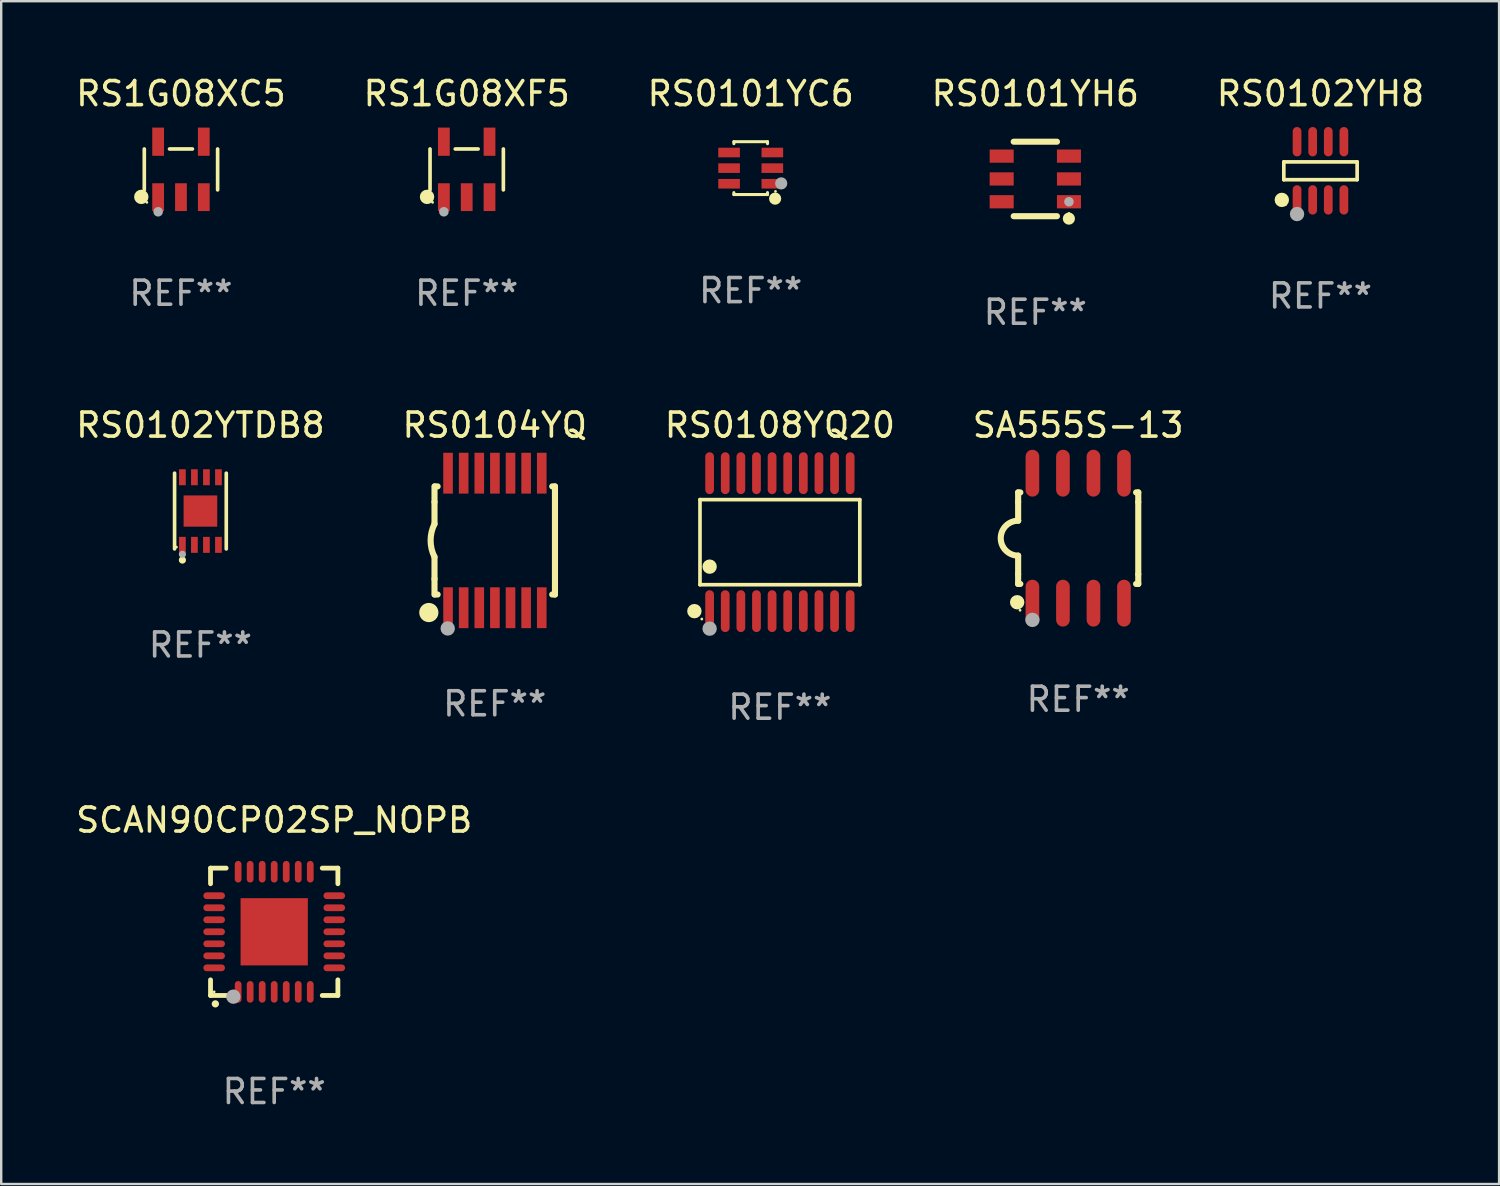
<source format=kicad_pcb>
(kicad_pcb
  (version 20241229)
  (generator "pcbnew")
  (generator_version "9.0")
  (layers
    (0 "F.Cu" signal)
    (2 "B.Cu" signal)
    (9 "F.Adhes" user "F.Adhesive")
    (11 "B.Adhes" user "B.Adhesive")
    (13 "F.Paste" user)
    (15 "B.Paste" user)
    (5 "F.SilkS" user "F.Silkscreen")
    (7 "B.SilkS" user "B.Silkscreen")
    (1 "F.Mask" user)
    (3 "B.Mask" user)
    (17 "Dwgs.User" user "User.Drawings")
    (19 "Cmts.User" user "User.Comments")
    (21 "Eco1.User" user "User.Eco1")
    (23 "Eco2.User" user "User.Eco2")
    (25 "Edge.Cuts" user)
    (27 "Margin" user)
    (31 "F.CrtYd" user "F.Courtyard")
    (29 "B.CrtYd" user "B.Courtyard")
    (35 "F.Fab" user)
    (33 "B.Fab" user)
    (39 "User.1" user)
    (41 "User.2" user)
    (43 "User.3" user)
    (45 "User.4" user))
  (footprint "RS0104YQ"
    (layer "F.Cu")
    (at 17.542 19.445)
    (property "Reference" "RS0104YQ" (at 0 -4.8 0) (layer "F.SilkS") (effects (font (size 1 1) (thickness 0.15))))
    (attr through_hole)
    (fp_line (start -2.507 -1.6) (end -2.507 -2.25) (stroke (width 0.254) (type solid)) (layer "F.SilkS"))
    (fp_line (start -2.507 -0.686) (end -2.507 -1.6) (stroke (width 0.254) (type solid)) (layer "F.SilkS"))
    (fp_line (start -2.507 1.6) (end -2.507 0.686) (stroke (width 0.254) (type solid)) (layer "F.SilkS"))
    (fp_line (start -2.507 1.6) (end -2.507 2.25) (stroke (width 0.254) (type solid)) (layer "F.SilkS"))
    (fp_line (start -2.493 -2.25) (end -2.377 -2.25) (stroke (width 0.254) (type solid)) (layer "F.SilkS"))
    (fp_line (start -2.377 2.25) (end -2.493 2.25) (stroke (width 0.254) (type solid)) (layer "F.SilkS"))
    (fp_line (start 2.392 -2.25) (end 2.507 -2.25) (stroke (width 0.254) (type solid)) (layer "F.SilkS"))
    (fp_line (start 2.507 -2.25) (end 2.507 2.25) (stroke (width 0.254) (type solid)) (layer "F.SilkS"))
    (fp_line (start 2.507 2.25) (end 2.392 2.25) (stroke (width 0.254) (type solid)) (layer "F.SilkS"))
    (fp_arc (start -2.507303 0.685802) (mid -2.669199 0) (end -2.507303 -0.685801) (stroke (width 0.254001) (type solid)) (layer "F.SilkS"))
    (fp_circle (center -2.743 3) (end -2.543 3) (stroke (width 0.4) (type solid)) (fill no) (layer "F.SilkS"))
    (fp_circle (center -2.493 3.2) (end -2.463 3.2) (stroke (width 0.06) (type solid)) (fill no) (layer "F.SilkS"))
    (fp_circle (center -1.957 3.662) (end -1.807 3.662) (stroke (width 0.3) (type solid)) (fill no) (layer "F.Fab"))
    (fp_text user "REF**" (at 0 6.8 0) (layer "F.Fab") (effects (font (size 1 1) (thickness 0.15))))
    (pad "1" smd rect (at -1.943 2.8) (size 0.4 1.7) (layers "F.Cu" "F.Mask" "F.Paste"))
    (pad "2" smd rect (at -1.293 2.8) (size 0.4 1.7) (layers "F.Cu" "F.Mask" "F.Paste"))
    (pad "3" smd rect (at -0.643 2.8) (size 0.4 1.7) (layers "F.Cu" "F.Mask" "F.Paste"))
    (pad "4" smd rect (at 0.007 2.8) (size 0.4 1.7) (layers "F.Cu" "F.Mask" "F.Paste"))
    (pad "5" smd rect (at 0.657 2.8) (size 0.4 1.7) (layers "F.Cu" "F.Mask" "F.Paste"))
    (pad "6" smd rect (at 1.307 2.8) (size 0.4 1.7) (layers "F.Cu" "F.Mask" "F.Paste"))
    (pad "7" smd rect (at 1.957 2.8) (size 0.4 1.7) (layers "F.Cu" "F.Mask" "F.Paste"))
    (pad "8" smd rect (at 1.957 -2.8) (size 0.4 1.7) (layers "F.Cu" "F.Mask" "F.Paste"))
    (pad "9" smd rect (at 1.307 -2.8) (size 0.4 1.7) (layers "F.Cu" "F.Mask" "F.Paste"))
    (pad "10" smd rect (at 0.657 -2.8) (size 0.4 1.7) (layers "F.Cu" "F.Mask" "F.Paste"))
    (pad "11" smd rect (at 0.007 -2.8) (size 0.4 1.7) (layers "F.Cu" "F.Mask" "F.Paste"))
    (pad "12" smd rect (at -0.643 -2.8) (size 0.4 1.7) (layers "F.Cu" "F.Mask" "F.Paste"))
    (pad "13" smd rect (at -1.293 -2.8) (size 0.4 1.7) (layers "F.Cu" "F.Mask" "F.Paste"))
    (pad "14" smd rect (at -1.943 -2.8) (size 0.4 1.7) (layers "F.Cu" "F.Mask" "F.Paste")))
  (footprint "SCAN90CP02SP_NOPB"
    (layer "F.Cu")
    (at 8.363 35.733)
    (property "Reference" "SCAN90CP02SP_NOPB" (at 0 -4.65 0) (layer "F.SilkS") (effects (font (size 1 1) (thickness 0.15))))
    (attr through_hole)
    (fp_line (start -2.65 -2.65) (end -2.65 -2) (stroke (width 0.2) (type solid)) (layer "F.SilkS"))
    (fp_line (start -2.65 2.65) (end -2.65 2) (stroke (width 0.2) (type solid)) (layer "F.SilkS"))
    (fp_line (start -2 -2.65) (end -2.65 -2.65) (stroke (width 0.2) (type solid)) (layer "F.SilkS"))
    (fp_line (start -2 2.65) (end -2.65 2.65) (stroke (width 0.2) (type solid)) (layer "F.SilkS"))
    (fp_line (start 2 2.65) (end 2.65 2.65) (stroke (width 0.2) (type solid)) (layer "F.SilkS"))
    (fp_line (start 2.65 -2.65) (end 2 -2.65) (stroke (width 0.2) (type solid)) (layer "F.SilkS"))
    (fp_line (start 2.65 -2) (end 2.65 -2.65) (stroke (width 0.2) (type solid)) (layer "F.SilkS"))
    (fp_line (start 2.65 2.65) (end 2.65 2) (stroke (width 0.2) (type solid)) (layer "F.SilkS"))
    (fp_arc (start -2.451105 2.999746) (mid -2.449835 2.999741) (end -2.448565 2.999746) (stroke (width 0.3) (type solid)) (layer "F.SilkS"))
    (fp_circle (center -2.5 2.5) (end -2.47 2.5) (stroke (width 0.06) (type solid)) (fill no) (layer "F.SilkS"))
    (fp_circle (center -1.7 2.7) (end -1.55 2.7) (stroke (width 0.3) (type solid)) (fill no) (layer "F.Fab"))
    (fp_text user "REF**" (at 0 6.65 0) (layer "F.Fab") (effects (font (size 1 1) (thickness 0.15))))
    (pad "1" smd oval (at -1.501 2.5 180) (size 0.28 0.9) (layers "F.Cu" "F.Mask" "F.Paste"))
    (pad "2" smd oval (at -1.001 2.5 180) (size 0.28 0.9) (layers "F.Cu" "F.Mask" "F.Paste"))
    (pad "3" smd oval (at -0.5 2.5 180) (size 0.28 0.9) (layers "F.Cu" "F.Mask" "F.Paste"))
    (pad "4" smd oval (at 0.000076 2.5 180) (size 0.28 0.9) (layers "F.Cu" "F.Mask" "F.Paste"))
    (pad "5" smd oval (at 0.5 2.5 180) (size 0.28 0.9) (layers "F.Cu" "F.Mask" "F.Paste"))
    (pad "6" smd oval (at 1.001 2.5 180) (size 0.28 0.9) (layers "F.Cu" "F.Mask" "F.Paste"))
    (pad "7" smd oval (at 1.501 2.5 180) (size 0.28 0.9) (layers "F.Cu" "F.Mask" "F.Paste"))
    (pad "8" smd oval (at 2.5 1.501 90) (size 0.28 0.9) (layers "F.Cu" "F.Mask" "F.Paste"))
    (pad "9" smd oval (at 2.5 1.001 90) (size 0.28 0.9) (layers "F.Cu" "F.Mask" "F.Paste"))
    (pad "10" smd oval (at 2.5 0.5 90) (size 0.28 0.9) (layers "F.Cu" "F.Mask" "F.Paste"))
    (pad "11" smd oval (at 2.5 0.000076 90) (size 0.28 0.9) (layers "F.Cu" "F.Mask" "F.Paste"))
    (pad "12" smd oval (at 2.5 -0.5 90) (size 0.28 0.9) (layers "F.Cu" "F.Mask" "F.Paste"))
    (pad "13" smd oval (at 2.5 -1.001 90) (size 0.28 0.9) (layers "F.Cu" "F.Mask" "F.Paste"))
    (pad "14" smd oval (at 2.5 -1.501 90) (size 0.28 0.9) (layers "F.Cu" "F.Mask" "F.Paste"))
    (pad "15" smd oval (at 1.501 -2.5 180) (size 0.28 0.9) (layers "F.Cu" "F.Mask" "F.Paste"))
    (pad "16" smd oval (at 1.001 -2.5 180) (size 0.28 0.9) (layers "F.Cu" "F.Mask" "F.Paste"))
    (pad "17" smd oval (at 0.5 -2.5 180) (size 0.28 0.9) (layers "F.Cu" "F.Mask" "F.Paste"))
    (pad "18" smd oval (at 0.000076 -2.5 180) (size 0.28 0.9) (layers "F.Cu" "F.Mask" "F.Paste"))
    (pad "19" smd oval (at -0.5 -2.5 180) (size 0.28 0.9) (layers "F.Cu" "F.Mask" "F.Paste"))
    (pad "20" smd oval (at -1.001 -2.5 180) (size 0.28 0.9) (layers "F.Cu" "F.Mask" "F.Paste"))
    (pad "21" smd oval (at -1.501 -2.5 180) (size 0.28 0.9) (layers "F.Cu" "F.Mask" "F.Paste"))
    (pad "22" smd oval (at -2.5 -1.501 90) (size 0.28 0.9) (layers "F.Cu" "F.Mask" "F.Paste"))
    (pad "23" smd oval (at -2.5 -1.001 90) (size 0.28 0.9) (layers "F.Cu" "F.Mask" "F.Paste"))
    (pad "24" smd oval (at -2.5 -0.5 90) (size 0.28 0.9) (layers "F.Cu" "F.Mask" "F.Paste"))
    (pad "25" smd oval (at -2.5 0.000076 90) (size 0.28 0.9) (layers "F.Cu" "F.Mask" "F.Paste"))
    (pad "26" smd oval (at -2.5 0.5 90) (size 0.28 0.9) (layers "F.Cu" "F.Mask" "F.Paste"))
    (pad "27" smd oval (at -2.5 1.001 90) (size 0.28 0.9) (layers "F.Cu" "F.Mask" "F.Paste"))
    (pad "28" smd oval (at -2.5 1.501 90) (size 0.28 0.9) (layers "F.Cu" "F.Mask" "F.Paste"))
    (pad "29" smd rect (at 0.000076 0.000076 90) (size 2.8 2.8) (layers "F.Cu" "F.Mask" "F.Paste")))
  (footprint "RS1G08XF5"
    (layer "F.Cu")
    (at 16.375 4.002)
    (property "Reference" "RS1G08XF5" (at 0 -3.154 0) (layer "F.SilkS") (effects (font (size 1 1) (thickness 0.15))))
    (attr through_hole)
    (fp_line (start -1.526 0.851) (end -1.526 -0.851) (stroke (width 0.152) (type solid)) (layer "F.SilkS"))
    (fp_line (start 0.476 -0.851) (end -0.476 -0.851) (stroke (width 0.152) (type solid)) (layer "F.SilkS"))
    (fp_line (start 1.526 0.851) (end 1.526 -0.851) (stroke (width 0.152) (type solid)) (layer "F.SilkS"))
    (fp_circle (center -1.651 1.143) (end -1.501 1.143) (stroke (width 0.3) (type solid)) (fill no) (layer "F.SilkS"))
    (fp_circle (center -1.42 1.37) (end -1.39 1.37) (stroke (width 0.06) (type solid)) (fill no) (layer "F.SilkS"))
    (fp_circle (center -0.95 1.763) (end -0.85 1.763) (stroke (width 0.2) (type solid)) (fill no) (layer "F.Fab"))
    (fp_text user "REF**" (at 0 5.154 0) (layer "F.Fab") (effects (font (size 1 1) (thickness 0.15))))
    (pad "1" smd rect (at -0.95 1.154) (size 0.49 1.157) (layers "F.Cu" "F.Mask" "F.Paste"))
    (pad "2" smd rect (at 0 1.154) (size 0.49 1.157) (layers "F.Cu" "F.Mask" "F.Paste"))
    (pad "3" smd rect (at 0.95 1.154) (size 0.49 1.157) (layers "F.Cu" "F.Mask" "F.Paste"))
    (pad "4" smd rect (at 0.95 -1.154) (size 0.49 1.175) (layers "F.Cu" "F.Mask" "F.Paste"))
    (pad "5" smd rect (at -0.95 -1.154) (size 0.49 1.175) (layers "F.Cu" "F.Mask" "F.Paste")))
  (footprint "RS0101YH6"
    (layer "F.Cu")
    (at 40.042 4.398)
    (property "Reference" "RS0101YH6" (at 0 -3.55 0) (layer "F.SilkS") (effects (font (size 1 1) (thickness 0.15))))
    (attr through_hole)
    (fp_line (start -0.9 -1.55) (end 0.9 -1.55) (stroke (width 0.254) (type solid)) (layer "F.SilkS"))
    (fp_line (start -0.9 1.55) (end 0.9 1.55) (stroke (width 0.254) (type solid)) (layer "F.SilkS"))
    (fp_circle (center 1.397 1.651) (end 1.524 1.651) (stroke (width 0.254) (type solid)) (fill no) (layer "F.SilkS"))
    (fp_circle (center 1.4 1.435) (end 1.43 1.435) (stroke (width 0.06) (type solid)) (fill no) (layer "F.SilkS"))
    (fp_circle (center 1.4 0.95) (end 1.5 0.95) (stroke (width 0.2) (type solid)) (fill no) (layer "F.Fab"))
    (fp_text user "REF**" (at 0 5.55 0) (layer "F.Fab") (effects (font (size 1 1) (thickness 0.15))))
    (pad "1" smd rect (at 1.4 0.95) (size 1 0.55) (layers "F.Cu" "F.Mask" "F.Paste"))
    (pad "2" smd rect (at 1.4 -0.000102) (size 1 0.55) (layers "F.Cu" "F.Mask" "F.Paste"))
    (pad "3" smd rect (at 1.4 -0.95) (size 1 0.55) (layers "F.Cu" "F.Mask" "F.Paste"))
    (pad "4" smd rect (at -1.4 -0.95) (size 1 0.55) (layers "F.Cu" "F.Mask" "F.Paste"))
    (pad "5" smd rect (at -1.4 -0.000102) (size 1 0.55) (layers "F.Cu" "F.Mask" "F.Paste"))
    (pad "6" smd rect (at -1.4 0.95) (size 1 0.55) (layers "F.Cu" "F.Mask" "F.Paste")))
  (footprint "RS0102YTDB8"
    (layer "F.Cu")
    (at 5.292 18.221)
    (property "Reference" "RS0102YTDB8" (at 0 -3.576 0) (layer "F.SilkS") (effects (font (size 1 1) (thickness 0.15))))
    (attr through_hole)
    (fp_line (start -1.076 1.576) (end -1.076 -1.576) (stroke (width 0.152) (type solid)) (layer "F.SilkS"))
    (fp_line (start 1.076 1.576) (end 1.076 -1.576) (stroke (width 0.152) (type solid)) (layer "F.SilkS"))
    (fp_circle (center -1 1.5) (end -0.97 1.5) (stroke (width 0.06) (type solid)) (fill no) (layer "F.SilkS"))
    (fp_circle (center -0.75 2.04) (end -0.675 2.04) (stroke (width 0.15) (type solid)) (fill no) (layer "F.SilkS"))
    (fp_circle (center -0.75 1.8) (end -0.675 1.8) (stroke (width 0.15) (type solid)) (fill no) (layer "F.Fab"))
    (fp_text user "REF**" (at 0 5.576 0) (layer "F.Fab") (effects (font (size 1 1) (thickness 0.15))))
    (pad "1" smd rect (at -0.75 1.407) (size 0.28 0.665) (layers "F.Cu" "F.Mask" "F.Paste"))
    (pad "2" smd rect (at -0.25 1.407) (size 0.28 0.665) (layers "F.Cu" "F.Mask" "F.Paste"))
    (pad "3" smd rect (at 0.25 1.407) (size 0.28 0.665) (layers "F.Cu" "F.Mask" "F.Paste"))
    (pad "4" smd rect (at 0.75 1.407) (size 0.28 0.665) (layers "F.Cu" "F.Mask" "F.Paste"))
    (pad "5" smd rect (at 0.75 -1.407) (size 0.28 0.665) (layers "F.Cu" "F.Mask" "F.Paste"))
    (pad "6" smd rect (at 0.25 -1.407) (size 0.28 0.665) (layers "F.Cu" "F.Mask" "F.Paste"))
    (pad "7" smd rect (at -0.25 -1.407) (size 0.28 0.665) (layers "F.Cu" "F.Mask" "F.Paste"))
    (pad "8" smd rect (at -0.75 -1.407) (size 0.28 0.665) (layers "F.Cu" "F.Mask" "F.Paste"))
    (pad "9" smd rect (at 0 0) (size 1.4 1.3) (layers "F.Cu" "F.Mask" "F.Paste")))
  (footprint "SA555S-13"
    (layer "F.Cu")
    (at 41.827 19.35)
    (property "Reference" "SA555S-13" (at 0 -4.705 0) (layer "F.SilkS") (effects (font (size 1 1) (thickness 0.15))))
    (attr through_hole)
    (fp_line (start -2.5 -1.905) (end -2.409 -1.905) (stroke (width 0.254) (type solid)) (layer "F.SilkS"))
    (fp_line (start -2.5 -1.5) (end -2.5 -1.905) (stroke (width 0.254) (type solid)) (layer "F.SilkS"))
    (fp_line (start -2.5 -1.5) (end -2.5 -0.726) (stroke (width 0.254) (type solid)) (layer "F.SilkS"))
    (fp_line (start -2.5 1.5) (end -2.5 0.727) (stroke (width 0.254) (type solid)) (layer "F.SilkS"))
    (fp_line (start -2.5 1.5) (end -2.5 1.905) (stroke (width 0.254) (type solid)) (layer "F.SilkS"))
    (fp_line (start -2.5 1.905) (end -2.409 1.905) (stroke (width 0.254) (type solid)) (layer "F.SilkS"))
    (fp_line (start 2.5 -1.905) (end 2.409 -1.905) (stroke (width 0.254) (type solid)) (layer "F.SilkS"))
    (fp_line (start 2.5 -1.5) (end 2.5 -1.905) (stroke (width 0.254) (type solid)) (layer "F.SilkS"))
    (fp_line (start 2.5 -1.5) (end 2.5 1.5) (stroke (width 0.254) (type solid)) (layer "F.SilkS"))
    (fp_line (start 2.5 1.5) (end 2.5 1.905) (stroke (width 0.254) (type solid)) (layer "F.SilkS"))
    (fp_line (start 2.5 1.905) (end 2.409 1.905) (stroke (width 0.254) (type solid)) (layer "F.SilkS"))
    (fp_arc (start -2.5 0.726568) (mid -3.220316 -0.0023) (end -2.495097 -0.726289) (stroke (width 0.254001) (type solid)) (layer "F.SilkS"))
    (fp_circle (center -2.54 2.667) (end -2.39 2.667) (stroke (width 0.3) (type solid)) (fill no) (layer "F.SilkS"))
    (fp_circle (center -2.42 3) (end -2.39 3) (stroke (width 0.06) (type solid)) (fill no) (layer "F.SilkS"))
    (fp_circle (center -1.905 3.4) (end -1.755 3.4) (stroke (width 0.3) (type solid)) (fill no) (layer "F.Fab"))
    (fp_text user "REF**" (at 0 6.705 0) (layer "F.Fab") (effects (font (size 1 1) (thickness 0.15))))
    (pad "1" smd oval (at -1.905 2.705) (size 0.568 1.95) (layers "F.Cu" "F.Mask" "F.Paste"))
    (pad "2" smd oval (at -0.635 2.705) (size 0.568 1.95) (layers "F.Cu" "F.Mask" "F.Paste"))
    (pad "3" smd oval (at 0.635 2.705) (size 0.568 1.95) (layers "F.Cu" "F.Mask" "F.Paste"))
    (pad "4" smd oval (at 1.905 2.705) (size 0.568 1.95) (layers "F.Cu" "F.Mask" "F.Paste"))
    (pad "5" smd oval (at 1.905 -2.705) (size 0.568 1.95) (layers "F.Cu" "F.Mask" "F.Paste"))
    (pad "6" smd oval (at 0.635 -2.705) (size 0.568 1.95) (layers "F.Cu" "F.Mask" "F.Paste"))
    (pad "7" smd oval (at -0.635 -2.705) (size 0.568 1.95) (layers "F.Cu" "F.Mask" "F.Paste"))
    (pad "8" smd oval (at -1.905 -2.705) (size 0.568 1.95) (layers "F.Cu" "F.Mask" "F.Paste")))
  (footprint "RS0108YQ20"
    (layer "F.Cu")
    (at 29.411 19.516)
    (property "Reference" "RS0108YQ20" (at 0 -4.871 0) (layer "F.SilkS") (effects (font (size 1 1) (thickness 0.15))))
    (attr through_hole)
    (fp_line (start -3.326 -1.771) (end 3.326 -1.771) (stroke (width 0.152) (type solid)) (layer "F.SilkS"))
    (fp_line (start -3.326 1.771) (end -3.326 -1.771) (stroke (width 0.152) (type solid)) (layer "F.SilkS"))
    (fp_line (start 3.326 -1.771) (end 3.326 1.771) (stroke (width 0.152) (type solid)) (layer "F.SilkS"))
    (fp_line (start 3.326 1.771) (end -3.326 1.771) (stroke (width 0.152) (type solid)) (layer "F.SilkS"))
    (fp_circle (center -3.559 2.871) (end -3.409 2.871) (stroke (width 0.3) (type solid)) (fill no) (layer "F.SilkS"))
    (fp_circle (center -3.25 3.2) (end -3.22 3.2) (stroke (width 0.06) (type solid)) (fill no) (layer "F.SilkS"))
    (fp_circle (center -2.925 1.019) (end -2.775 1.019) (stroke (width 0.3) (type solid)) (fill no) (layer "F.SilkS"))
    (fp_circle (center -2.925 3.6) (end -2.775 3.6) (stroke (width 0.3) (type solid)) (fill no) (layer "F.Fab"))
    (fp_text user "REF**" (at 0 6.871 0) (layer "F.Fab") (effects (font (size 1 1) (thickness 0.15))))
    (pad "1" smd oval (at -2.925 2.871) (size 0.364 1.742) (layers "F.Cu" "F.Mask" "F.Paste"))
    (pad "2" smd oval (at -2.275 2.871) (size 0.364 1.742) (layers "F.Cu" "F.Mask" "F.Paste"))
    (pad "3" smd oval (at -1.625 2.871) (size 0.364 1.742) (layers "F.Cu" "F.Mask" "F.Paste"))
    (pad "4" smd oval (at -0.975 2.871) (size 0.364 1.742) (layers "F.Cu" "F.Mask" "F.Paste"))
    (pad "5" smd oval (at -0.325 2.871) (size 0.364 1.742) (layers "F.Cu" "F.Mask" "F.Paste"))
    (pad "6" smd oval (at 0.325 2.871) (size 0.364 1.742) (layers "F.Cu" "F.Mask" "F.Paste"))
    (pad "7" smd oval (at 0.975 2.871) (size 0.364 1.742) (layers "F.Cu" "F.Mask" "F.Paste"))
    (pad "8" smd oval (at 1.625 2.871) (size 0.364 1.742) (layers "F.Cu" "F.Mask" "F.Paste"))
    (pad "9" smd oval (at 2.275 2.871) (size 0.364 1.742) (layers "F.Cu" "F.Mask" "F.Paste"))
    (pad "10" smd oval (at 2.925 2.871) (size 0.364 1.742) (layers "F.Cu" "F.Mask" "F.Paste"))
    (pad "11" smd oval (at 2.925 -2.871) (size 0.364 1.742) (layers "F.Cu" "F.Mask" "F.Paste"))
    (pad "12" smd oval (at 2.275 -2.871) (size 0.364 1.742) (layers "F.Cu" "F.Mask" "F.Paste"))
    (pad "13" smd oval (at 1.625 -2.871) (size 0.364 1.742) (layers "F.Cu" "F.Mask" "F.Paste"))
    (pad "14" smd oval (at 0.975 -2.871) (size 0.364 1.742) (layers "F.Cu" "F.Mask" "F.Paste"))
    (pad "15" smd oval (at 0.325 -2.871) (size 0.364 1.742) (layers "F.Cu" "F.Mask" "F.Paste"))
    (pad "16" smd oval (at -0.325 -2.871) (size 0.364 1.742) (layers "F.Cu" "F.Mask" "F.Paste"))
    (pad "17" smd oval (at -0.975 -2.871) (size 0.364 1.742) (layers "F.Cu" "F.Mask" "F.Paste"))
    (pad "18" smd oval (at -1.625 -2.871) (size 0.364 1.742) (layers "F.Cu" "F.Mask" "F.Paste"))
    (pad "19" smd oval (at -2.275 -2.871) (size 0.364 1.742) (layers "F.Cu" "F.Mask" "F.Paste"))
    (pad "20" smd oval (at -2.925 -2.871) (size 0.364 1.742) (layers "F.Cu" "F.Mask" "F.Paste")))
  (footprint "RS0101YC6"
    (layer "F.Cu")
    (at 28.196 3.948)
    (property "Reference" "RS0101YC6" (at 0 -3.1 0) (layer "F.SilkS") (effects (font (size 1 1) (thickness 0.15))))
    (attr through_hole)
    (fp_line (start -0.7 -1.018) (end -0.7 -1.1) (stroke (width 0.127) (type solid)) (layer "F.SilkS"))
    (fp_line (start -0.7 1.1) (end -0.7 1.018) (stroke (width 0.127) (type solid)) (layer "F.SilkS"))
    (fp_line (start 0.7 -1.1) (end -0.7 -1.1) (stroke (width 0.127) (type solid)) (layer "F.SilkS"))
    (fp_line (start 0.7 -1.018) (end 0.7 -1.1) (stroke (width 0.127) (type solid)) (layer "F.SilkS"))
    (fp_line (start 0.7 1.1) (end -0.7 1.1) (stroke (width 0.127) (type solid)) (layer "F.SilkS"))
    (fp_line (start 0.7 1.1) (end 0.7 1.018) (stroke (width 0.127) (type solid)) (layer "F.SilkS"))
    (fp_circle (center 1.016 1.27) (end 1.143 1.27) (stroke (width 0.254) (type solid)) (fill no) (layer "F.SilkS"))
    (fp_circle (center 1.032 0.97) (end 1.062 0.97) (stroke (width 0.06) (type solid)) (fill no) (layer "F.SilkS"))
    (fp_circle (center 1.27 0.635) (end 1.397 0.635) (stroke (width 0.254) (type solid)) (fill no) (layer "F.Fab"))
    (fp_text user "REF**" (at 0 5.1 0) (layer "F.Fab") (effects (font (size 1 1) (thickness 0.15))))
    (pad "1" smd rect (at 0.9 0.65 90) (size 0.4 0.9) (layers "F.Cu" "F.Mask" "F.Paste"))
    (pad "2" smd rect (at 0.9 -0.000102 90) (size 0.4 0.9) (layers "F.Cu" "F.Mask" "F.Paste"))
    (pad "3" smd rect (at 0.9 -0.65 90) (size 0.4 0.9) (layers "F.Cu" "F.Mask" "F.Paste"))
    (pad "4" smd rect (at -0.9 -0.65 90) (size 0.4 0.9) (layers "F.Cu" "F.Mask" "F.Paste"))
    (pad "5" smd rect (at -0.9 -0.000102 90) (size 0.4 0.9) (layers "F.Cu" "F.Mask" "F.Paste"))
    (pad "6" smd rect (at -0.9 0.65 90) (size 0.4 0.9) (layers "F.Cu" "F.Mask" "F.Paste")))
  (footprint "RS1G08XC5"
    (layer "F.Cu")
    (at 4.482 4.002)
    (property "Reference" "RS1G08XC5" (at 0 -3.154 0) (layer "F.SilkS") (effects (font (size 1 1) (thickness 0.15))))
    (attr through_hole)
    (fp_line (start -1.526 0.851) (end -1.526 -0.851) (stroke (width 0.152) (type solid)) (layer "F.SilkS"))
    (fp_line (start 0.476 -0.851) (end -0.476 -0.851) (stroke (width 0.152) (type solid)) (layer "F.SilkS"))
    (fp_line (start 1.526 0.851) (end 1.526 -0.851) (stroke (width 0.152) (type solid)) (layer "F.SilkS"))
    (fp_circle (center -1.651 1.143) (end -1.501 1.143) (stroke (width 0.3) (type solid)) (fill no) (layer "F.SilkS"))
    (fp_circle (center -1.42 1.37) (end -1.39 1.37) (stroke (width 0.06) (type solid)) (fill no) (layer "F.SilkS"))
    (fp_circle (center -0.95 1.763) (end -0.85 1.763) (stroke (width 0.2) (type solid)) (fill no) (layer "F.Fab"))
    (fp_text user "REF**" (at 0 5.154 0) (layer "F.Fab") (effects (font (size 1 1) (thickness 0.15))))
    (pad "1" smd rect (at -0.95 1.154) (size 0.49 1.157) (layers "F.Cu" "F.Mask" "F.Paste"))
    (pad "2" smd rect (at 0 1.154) (size 0.49 1.157) (layers "F.Cu" "F.Mask" "F.Paste"))
    (pad "3" smd rect (at 0.95 1.154) (size 0.49 1.157) (layers "F.Cu" "F.Mask" "F.Paste"))
    (pad "4" smd rect (at 0.95 -1.154) (size 0.49 1.175) (layers "F.Cu" "F.Mask" "F.Paste"))
    (pad "5" smd rect (at -0.95 -1.154) (size 0.49 1.175) (layers "F.Cu" "F.Mask" "F.Paste")))
  (footprint "RS0102YH8"
    (layer "F.Cu")
    (at 51.911 4.059)
    (property "Reference" "RS0102YH8" (at 0 -3.211 0) (layer "F.SilkS") (effects (font (size 1 1) (thickness 0.15))))
    (attr through_hole)
    (fp_line (start -1.526 -0.371) (end 1.526 -0.371) (stroke (width 0.152) (type solid)) (layer "F.SilkS"))
    (fp_line (start -1.526 0.371) (end -1.526 -0.371) (stroke (width 0.152) (type solid)) (layer "F.SilkS"))
    (fp_line (start 1.526 -0.371) (end 1.526 0.371) (stroke (width 0.152) (type solid)) (layer "F.SilkS"))
    (fp_line (start 1.526 0.371) (end -1.526 0.371) (stroke (width 0.152) (type solid)) (layer "F.SilkS"))
    (fp_circle (center -1.609 1.211) (end -1.459 1.211) (stroke (width 0.3) (type solid)) (fill no) (layer "F.SilkS"))
    (fp_circle (center -1.45 1.4) (end -1.42 1.4) (stroke (width 0.06) (type solid)) (fill no) (layer "F.SilkS"))
    (fp_circle (center -0.975 1.8) (end -0.825 1.8) (stroke (width 0.3) (type solid)) (fill no) (layer "F.Fab"))
    (fp_text user "REF**" (at 0 5.211 0) (layer "F.Fab") (effects (font (size 1 1) (thickness 0.15))))
    (pad "1" smd oval (at -0.975 1.211) (size 0.364 1.222) (layers "F.Cu" "F.Mask" "F.Paste"))
    (pad "2" smd oval (at -0.325 1.211) (size 0.364 1.222) (layers "F.Cu" "F.Mask" "F.Paste"))
    (pad "3" smd oval (at 0.325 1.211) (size 0.364 1.222) (layers "F.Cu" "F.Mask" "F.Paste"))
    (pad "4" smd oval (at 0.975 1.211) (size 0.364 1.222) (layers "F.Cu" "F.Mask" "F.Paste"))
    (pad "5" smd oval (at 0.975 -1.211) (size 0.364 1.222) (layers "F.Cu" "F.Mask" "F.Paste"))
    (pad "6" smd oval (at 0.325 -1.211) (size 0.364 1.222) (layers "F.Cu" "F.Mask" "F.Paste"))
    (pad "7" smd oval (at -0.325 -1.211) (size 0.364 1.222) (layers "F.Cu" "F.Mask" "F.Paste"))
    (pad "8" smd oval (at -0.975 -1.211) (size 0.364 1.222) (layers "F.Cu" "F.Mask" "F.Paste")))
  (gr_rect
    (start -3 -3)
    (end 59.345 46.231)
    (stroke (width 0.1) (type default))
    (fill no)
    (layer "Edge.Cuts")))
</source>
